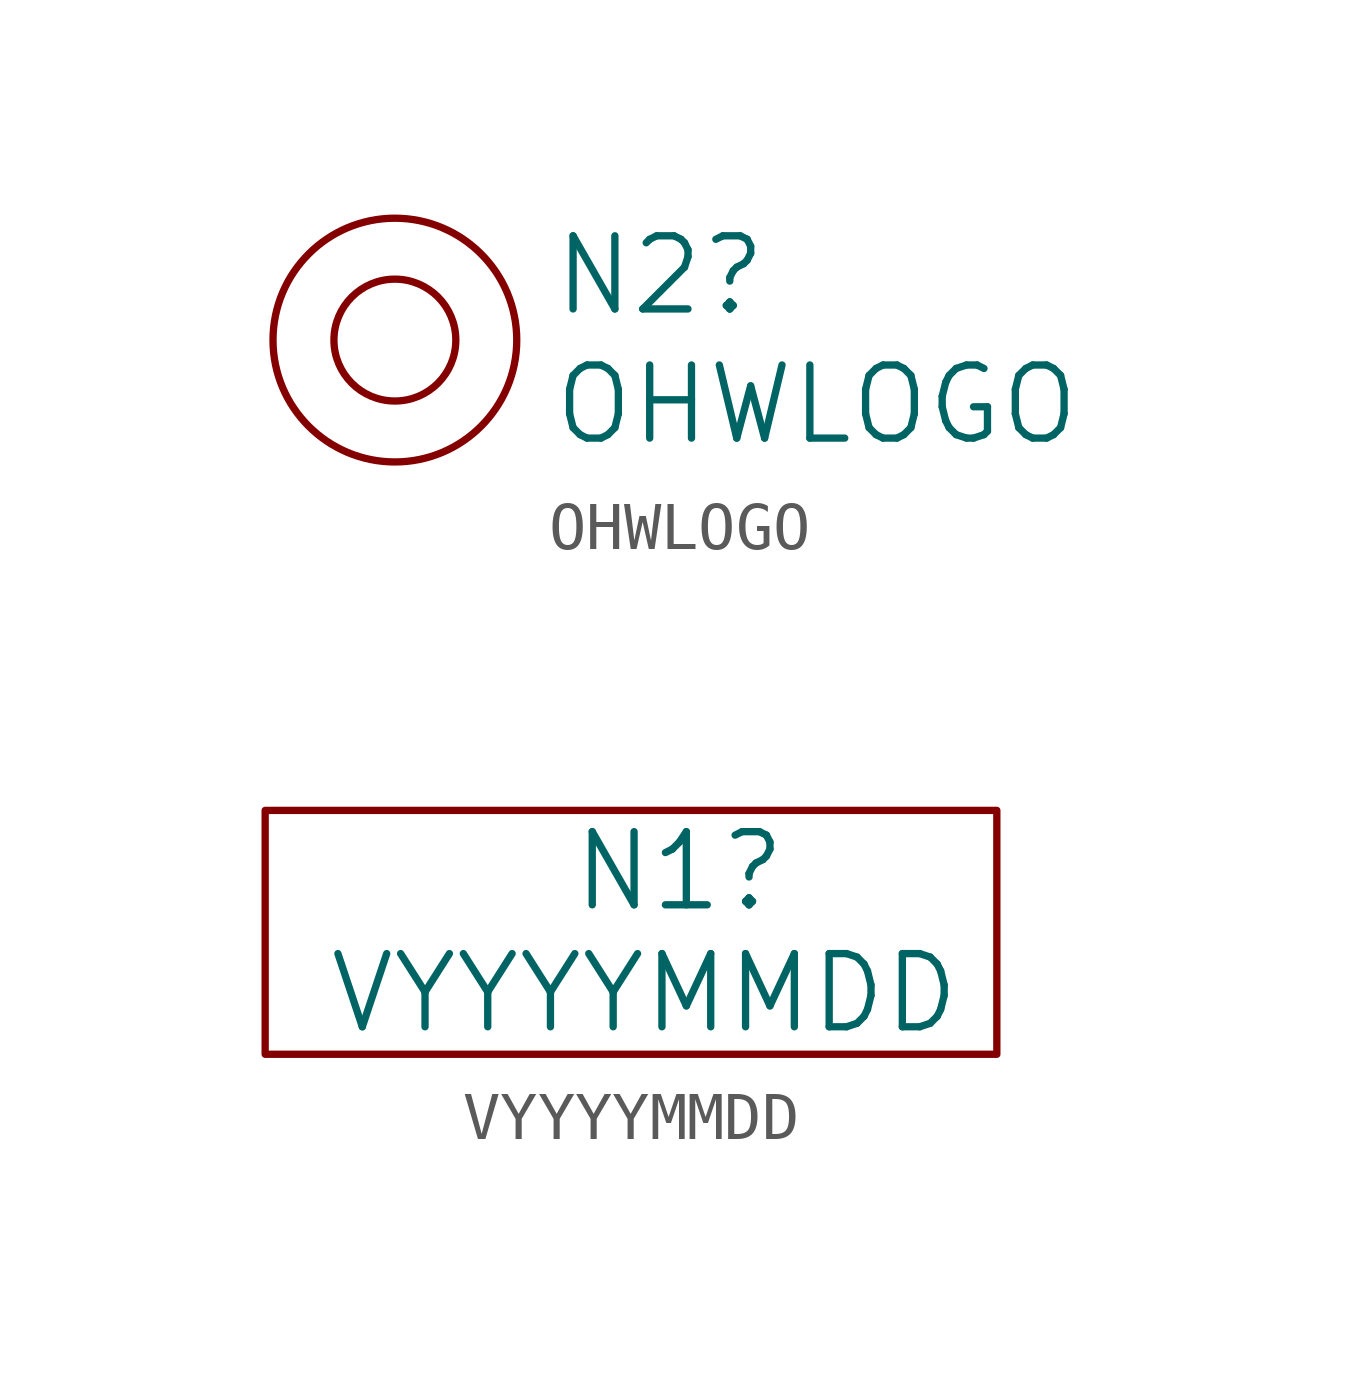
<source format=kicad_sym>
(kicad_symbol_lib
  (version 20211014)
  (generator kicad_symbol_editor)
  (symbol "OHWLOGO"
    (pin_names
      (offset 1.016))
    (property "Reference" "N2"
      (at 3.251 1.346 0)
      (effects (font (size 1.524 1.524)) (justify left)))
    (property "Value" "OHWLOGO"
      (at 3.251 -1.346 0)
      (effects (font (size 1.524 1.524)) (justify left)))
    (symbol "OHWLOGO_0_1"
      (circle (center 0 0) (radius 1.27) (stroke (width 0) (type default) (color 0 0 0 0)) (fill (type none)))
      (circle (center 0 0) (radius 2.54) (stroke (width 0) (type default) (color 0 0 0 0)) (fill (type none)))))
  (symbol "VYYYYMMDD"
    (pin_names
      (offset 1.016))
    (property "Reference" "N1"
      (at -1.27 2.54 0)
      (effects (font (size 1.524 1.524)) (justify left)))
    (property "Value" "VYYYYMMDD"
      (at -6.35 0 0)
      (effects (font (size 1.524 1.524)) (justify left)))
    (symbol "VYYYYMMDD_0_1"
      (rectangle (start 7.62 -1.27) (end -7.62 3.81) (stroke (width 0) (type default) (color 0 0 0 0)) (fill (type none))))))
</source>
